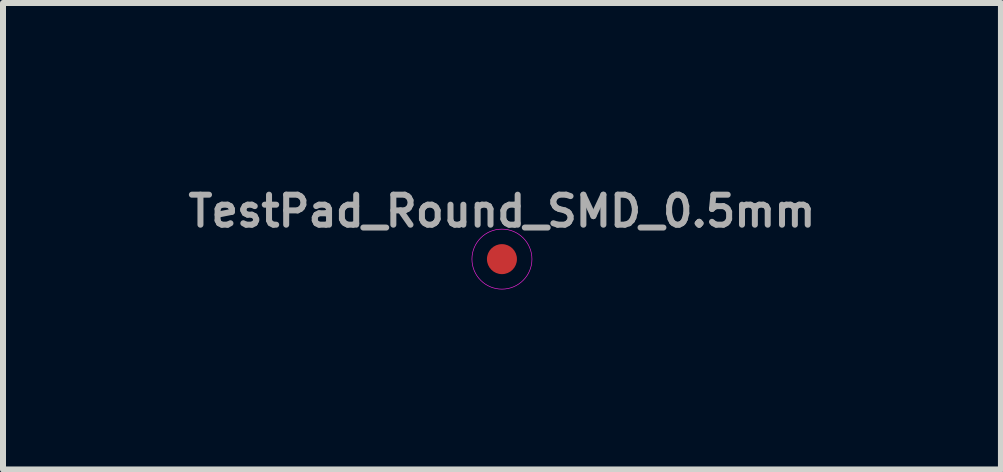
<source format=kicad_pcb>
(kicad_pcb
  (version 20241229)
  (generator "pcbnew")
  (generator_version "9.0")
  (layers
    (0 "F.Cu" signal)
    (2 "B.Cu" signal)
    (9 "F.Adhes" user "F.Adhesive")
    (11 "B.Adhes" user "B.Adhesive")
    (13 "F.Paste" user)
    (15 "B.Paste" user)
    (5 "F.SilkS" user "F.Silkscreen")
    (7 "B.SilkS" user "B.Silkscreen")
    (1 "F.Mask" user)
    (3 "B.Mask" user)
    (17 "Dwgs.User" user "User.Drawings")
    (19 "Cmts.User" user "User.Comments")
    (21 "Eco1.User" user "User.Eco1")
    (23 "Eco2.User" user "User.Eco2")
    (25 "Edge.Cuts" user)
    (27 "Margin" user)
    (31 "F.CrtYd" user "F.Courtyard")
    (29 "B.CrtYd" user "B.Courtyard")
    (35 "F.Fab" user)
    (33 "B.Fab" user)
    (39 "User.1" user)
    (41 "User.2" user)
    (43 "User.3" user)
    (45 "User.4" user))
  (footprint "TestPad_Round_SMD_0.5mm"
    (layer "F.Cu")
    (at 5.314 1.268)
    (property "Reference" "TestPad_Round_SMD_0.5mm" (at 0 -0.8 0) (layer "F.Fab") (effects (font (size 0.5 0.5) (thickness 0.1))))
    (attr smd exclude_from_bom)
    (fp_circle (center 0 0) (end 0.5 0) (stroke (width 0.01) (type default)) (fill no) (layer "F.CrtYd"))
    (pad "1" smd circle (at 0 0) (size 0.5 0.5) (property pad_prop_testpoint) (layers "F.Cu" "F.Mask")))
  (gr_rect
    (start -3 -3)
    (end 13.629 4.773)
    (stroke (width 0.1) (type default))
    (fill no)
    (layer "Edge.Cuts")))
</source>
